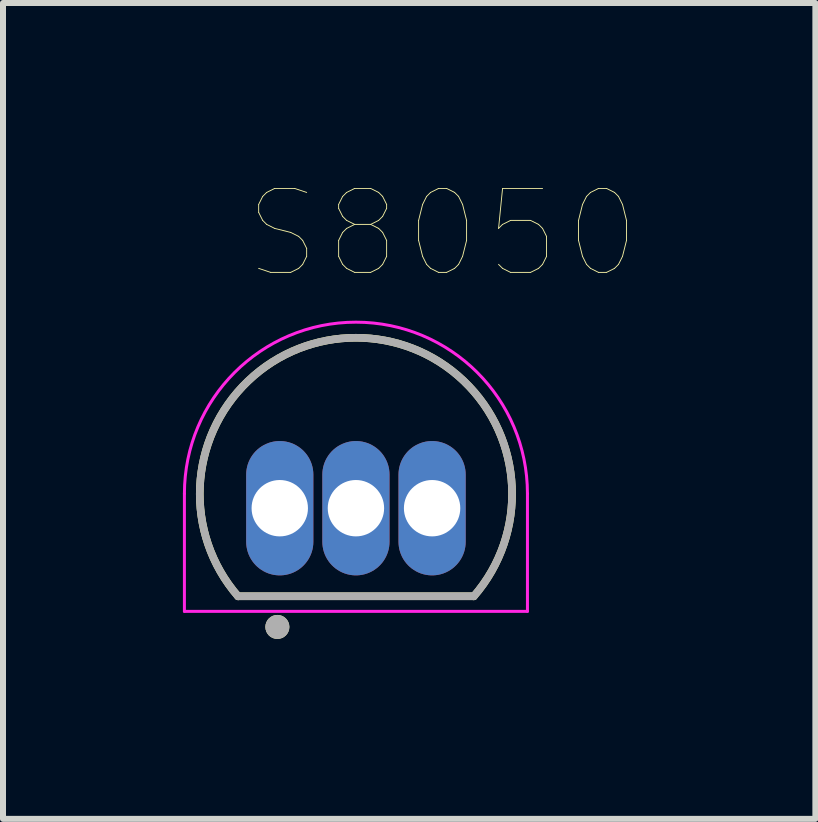
<source format=kicad_pcb>
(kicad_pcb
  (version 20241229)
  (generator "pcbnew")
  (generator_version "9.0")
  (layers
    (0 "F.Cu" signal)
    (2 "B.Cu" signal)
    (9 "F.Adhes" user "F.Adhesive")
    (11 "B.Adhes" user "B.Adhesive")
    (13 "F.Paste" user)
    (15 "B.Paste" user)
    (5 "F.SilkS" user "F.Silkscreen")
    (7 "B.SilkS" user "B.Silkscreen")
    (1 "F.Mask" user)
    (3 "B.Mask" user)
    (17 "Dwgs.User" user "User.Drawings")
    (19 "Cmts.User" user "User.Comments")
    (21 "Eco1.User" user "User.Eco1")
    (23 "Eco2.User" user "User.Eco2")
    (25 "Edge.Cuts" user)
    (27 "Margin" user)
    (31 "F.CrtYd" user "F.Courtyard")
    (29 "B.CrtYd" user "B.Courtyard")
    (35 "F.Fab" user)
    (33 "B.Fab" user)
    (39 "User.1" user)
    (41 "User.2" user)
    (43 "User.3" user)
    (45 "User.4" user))
  (footprint "S8050"
    (layer "F.Cu")
    (at 2.885 4.734)
    (property "Reference" "S8050" (at 1.445 -3.889 0) (layer "F.SilkS") (effects (font (size 1.4 1.4) (thickness 0.015))))
    (attr through_hole)
    (fp_line (start -1.965 2.158) (end 1.965 2.158) (stroke (width 0.127) (type solid)) (layer "F.SilkS"))
    (fp_arc (start -1.965 2.160001) (mid 0 -2.151799) (end 1.965 2.16) (stroke (width 0.127) (type solid)) (layer "F.SilkS"))
    (fp_circle (center -1.31 2.67) (end -1.21 2.67) (stroke (width 0.2) (type solid)) (fill no) (layer "F.SilkS"))
    (fp_line (start -2.86 2.41) (end -2.86 0.448) (stroke (width 0.05) (type solid)) (layer "F.CrtYd"))
    (fp_line (start -2.86 2.41) (end 2.86 2.41) (stroke (width 0.05) (type solid)) (layer "F.CrtYd"))
    (fp_line (start 2.86 2.41) (end 2.86 0.448) (stroke (width 0.05) (type solid)) (layer "F.CrtYd"))
    (fp_arc (start -2.86 0.448) (mid 0 -2.412) (end 2.86 0.448) (stroke (width 0.05) (type solid)) (layer "F.CrtYd"))
    (fp_line (start -1.965 2.158) (end 1.965 2.158) (stroke (width 0.127) (type solid)) (layer "F.Fab"))
    (fp_arc (start -1.965 2.160001) (mid 0 -2.151799) (end 1.965 2.16) (stroke (width 0.127) (type solid)) (layer "F.Fab"))
    (fp_circle (center -1.31 2.67) (end -1.21 2.67) (stroke (width 0.2) (type solid)) (fill no) (layer "F.Fab"))
    (pad "1" thru_hole oval (at -1.27 0.69) (size 1.12 2.24) (drill 0.94) (layers "*.Cu" "*.Mask"))
    (pad "2" thru_hole oval (at 0 0.69) (size 1.12 2.24) (drill 0.94) (layers "*.Cu" "*.Mask"))
    (pad "3" thru_hole oval (at 1.27 0.69) (size 1.12 2.24) (drill 0.94) (layers "*.Cu" "*.Mask")))
  (gr_rect
    (start -3 -3)
    (end 10.546 10.604)
    (stroke (width 0.1) (type default))
    (fill no)
    (layer "Edge.Cuts")))
</source>
